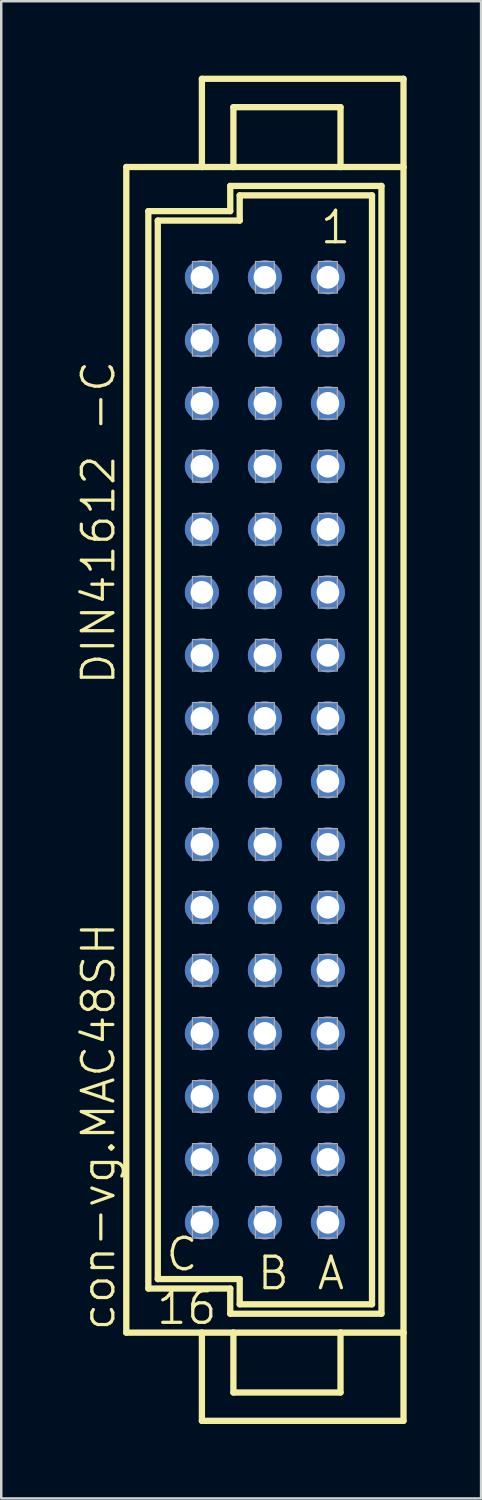
<source format=kicad_pcb>
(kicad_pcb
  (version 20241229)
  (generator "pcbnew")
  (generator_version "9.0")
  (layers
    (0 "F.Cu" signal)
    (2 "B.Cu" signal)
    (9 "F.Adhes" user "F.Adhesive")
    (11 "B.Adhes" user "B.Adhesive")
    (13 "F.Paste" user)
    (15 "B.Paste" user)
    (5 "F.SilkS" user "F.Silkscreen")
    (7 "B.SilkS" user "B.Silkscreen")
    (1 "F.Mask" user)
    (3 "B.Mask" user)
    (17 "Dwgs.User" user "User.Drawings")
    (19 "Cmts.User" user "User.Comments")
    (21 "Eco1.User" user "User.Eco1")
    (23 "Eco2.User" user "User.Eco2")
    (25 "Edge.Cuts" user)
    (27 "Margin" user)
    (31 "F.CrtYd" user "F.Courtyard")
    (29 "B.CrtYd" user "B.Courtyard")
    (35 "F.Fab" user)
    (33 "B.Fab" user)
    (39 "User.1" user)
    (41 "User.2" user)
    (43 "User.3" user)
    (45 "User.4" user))
  (footprint "con-vg.MAC48SH"
    (layer "F.Cu")
    (at 7.629 27.178)
    (property "Reference" "con-vg.MAC48SH" (at -5.969 23.495 90) (layer "F.SilkS") (effects (font (size 1.27 1.27) (thickness 0.13)) (justify left bottom)))
    (attr through_hole)
    (fp_line (start -5.588 -23.495) (end -2.54 -23.495) (stroke (width 0.254) (type default)) (layer "F.SilkS"))
    (fp_line (start -5.588 23.495) (end -5.588 -23.495) (stroke (width 0.254) (type default)) (layer "F.SilkS"))
    (fp_line (start -5.588 23.495) (end -2.54 23.495) (stroke (width 0.254) (type default)) (layer "F.SilkS"))
    (fp_line (start -4.699 -21.717) (end -4.699 21.717) (stroke (width 0.254) (type default)) (layer "F.SilkS"))
    (fp_line (start -4.699 21.717) (end -1.397 21.717) (stroke (width 0.254) (type default)) (layer "F.SilkS"))
    (fp_line (start -4.318 -21.336) (end -4.318 21.336) (stroke (width 0.254) (type default)) (layer "F.SilkS"))
    (fp_line (start -4.318 -21.336) (end -1.016 -21.336) (stroke (width 0.254) (type default)) (layer "F.SilkS"))
    (fp_line (start -4.318 21.336) (end -1.016 21.336) (stroke (width 0.254) (type default)) (layer "F.SilkS"))
    (fp_line (start -2.54 -27.051) (end -2.54 -23.495) (stroke (width 0.254) (type default)) (layer "F.SilkS"))
    (fp_line (start -2.54 -23.495) (end -1.27 -23.495) (stroke (width 0.254) (type default)) (layer "F.SilkS"))
    (fp_line (start -2.54 23.495) (end -2.54 27.051) (stroke (width 0.254) (type default)) (layer "F.SilkS"))
    (fp_line (start -2.54 23.495) (end -1.27 23.495) (stroke (width 0.254) (type default)) (layer "F.SilkS"))
    (fp_line (start -2.54 27.051) (end 5.588 27.051) (stroke (width 0.254) (type default)) (layer "F.SilkS"))
    (fp_line (start -1.397 -22.733) (end -1.397 -21.717) (stroke (width 0.254) (type default)) (layer "F.SilkS"))
    (fp_line (start -1.397 -21.717) (end -4.699 -21.717) (stroke (width 0.254) (type default)) (layer "F.SilkS"))
    (fp_line (start -1.397 21.717) (end -1.397 22.733) (stroke (width 0.254) (type default)) (layer "F.SilkS"))
    (fp_line (start -1.397 22.733) (end 4.699 22.733) (stroke (width 0.254) (type default)) (layer "F.SilkS"))
    (fp_line (start -1.27 -25.908) (end -1.27 -23.495) (stroke (width 0.254) (type default)) (layer "F.SilkS"))
    (fp_line (start -1.27 -25.908) (end 3.048 -25.908) (stroke (width 0.254) (type default)) (layer "F.SilkS"))
    (fp_line (start -1.27 -23.495) (end 3.048 -23.495) (stroke (width 0.254) (type default)) (layer "F.SilkS"))
    (fp_line (start -1.27 23.495) (end -1.27 25.908) (stroke (width 0.254) (type default)) (layer "F.SilkS"))
    (fp_line (start -1.27 23.495) (end 3.048 23.495) (stroke (width 0.254) (type default)) (layer "F.SilkS"))
    (fp_line (start -1.27 25.908) (end 3.048 25.908) (stroke (width 0.254) (type default)) (layer "F.SilkS"))
    (fp_line (start -1.016 -22.352) (end 4.318 -22.352) (stroke (width 0.254) (type default)) (layer "F.SilkS"))
    (fp_line (start -1.016 -21.336) (end -1.016 -22.352) (stroke (width 0.254) (type default)) (layer "F.SilkS"))
    (fp_line (start -1.016 21.336) (end -1.016 22.352) (stroke (width 0.254) (type default)) (layer "F.SilkS"))
    (fp_line (start -1.016 22.352) (end 4.318 22.352) (stroke (width 0.254) (type default)) (layer "F.SilkS"))
    (fp_line (start 3.048 -25.908) (end 3.048 -23.495) (stroke (width 0.254) (type default)) (layer "F.SilkS"))
    (fp_line (start 3.048 -23.495) (end 5.588 -23.495) (stroke (width 0.254) (type default)) (layer "F.SilkS"))
    (fp_line (start 3.048 23.495) (end 3.048 25.908) (stroke (width 0.254) (type default)) (layer "F.SilkS"))
    (fp_line (start 3.048 23.495) (end 5.588 23.495) (stroke (width 0.254) (type default)) (layer "F.SilkS"))
    (fp_line (start 4.318 -22.352) (end 4.318 22.352) (stroke (width 0.254) (type default)) (layer "F.SilkS"))
    (fp_line (start 4.699 -22.733) (end -1.397 -22.733) (stroke (width 0.254) (type default)) (layer "F.SilkS"))
    (fp_line (start 4.699 22.733) (end 4.699 -22.733) (stroke (width 0.254) (type default)) (layer "F.SilkS"))
    (fp_line (start 5.588 -27.051) (end -2.54 -27.051) (stroke (width 0.254) (type default)) (layer "F.SilkS"))
    (fp_line (start 5.588 -23.495) (end 5.588 -27.051) (stroke (width 0.254) (type default)) (layer "F.SilkS"))
    (fp_line (start 5.588 23.495) (end 5.588 -23.495) (stroke (width 0.254) (type default)) (layer "F.SilkS"))
    (fp_line (start 5.588 27.051) (end 5.588 23.495) (stroke (width 0.254) (type default)) (layer "F.SilkS"))
    (fp_rect (start -2.921 -18.415) (end -2.159 -19.685) (stroke (width 0.05) (type default)) (fill no) (layer "F.Fab"))
    (fp_rect (start -2.921 -15.875) (end -2.159 -17.145) (stroke (width 0.05) (type default)) (fill no) (layer "F.Fab"))
    (fp_rect (start -2.921 -13.335) (end -2.159 -14.605) (stroke (width 0.05) (type default)) (fill no) (layer "F.Fab"))
    (fp_rect (start -2.921 -10.795) (end -2.159 -12.065) (stroke (width 0.05) (type default)) (fill no) (layer "F.Fab"))
    (fp_rect (start -2.921 -8.255) (end -2.159 -9.525) (stroke (width 0.05) (type default)) (fill no) (layer "F.Fab"))
    (fp_rect (start -2.921 -5.715) (end -2.159 -6.985) (stroke (width 0.05) (type default)) (fill no) (layer "F.Fab"))
    (fp_rect (start -2.921 -3.175) (end -2.159 -4.445) (stroke (width 0.05) (type default)) (fill no) (layer "F.Fab"))
    (fp_rect (start -2.921 -0.635) (end -2.159 -1.905) (stroke (width 0.05) (type default)) (fill no) (layer "F.Fab"))
    (fp_rect (start -2.921 1.905) (end -2.159 0.635) (stroke (width 0.05) (type default)) (fill no) (layer "F.Fab"))
    (fp_rect (start -2.921 4.445) (end -2.159 3.175) (stroke (width 0.05) (type default)) (fill no) (layer "F.Fab"))
    (fp_rect (start -2.921 6.985) (end -2.159 5.715) (stroke (width 0.05) (type default)) (fill no) (layer "F.Fab"))
    (fp_rect (start -2.921 9.525) (end -2.159 8.255) (stroke (width 0.05) (type default)) (fill no) (layer "F.Fab"))
    (fp_rect (start -2.921 12.065) (end -2.159 10.795) (stroke (width 0.05) (type default)) (fill no) (layer "F.Fab"))
    (fp_rect (start -2.921 14.605) (end -2.159 13.335) (stroke (width 0.05) (type default)) (fill no) (layer "F.Fab"))
    (fp_rect (start -2.921 17.145) (end -2.159 15.875) (stroke (width 0.05) (type default)) (fill no) (layer "F.Fab"))
    (fp_rect (start -2.921 19.685) (end -2.159 18.415) (stroke (width 0.05) (type default)) (fill no) (layer "F.Fab"))
    (fp_rect (start -0.381 -18.415) (end 0.381 -19.685) (stroke (width 0.05) (type default)) (fill no) (layer "F.Fab"))
    (fp_rect (start -0.381 -15.875) (end 0.381 -17.145) (stroke (width 0.05) (type default)) (fill no) (layer "F.Fab"))
    (fp_rect (start -0.381 -13.335) (end 0.381 -14.605) (stroke (width 0.05) (type default)) (fill no) (layer "F.Fab"))
    (fp_rect (start -0.381 -10.795) (end 0.381 -12.065) (stroke (width 0.05) (type default)) (fill no) (layer "F.Fab"))
    (fp_rect (start -0.381 -8.255) (end 0.381 -9.525) (stroke (width 0.05) (type default)) (fill no) (layer "F.Fab"))
    (fp_rect (start -0.381 -5.715) (end 0.381 -6.985) (stroke (width 0.05) (type default)) (fill no) (layer "F.Fab"))
    (fp_rect (start -0.381 -3.175) (end 0.381 -4.445) (stroke (width 0.05) (type default)) (fill no) (layer "F.Fab"))
    (fp_rect (start -0.381 -0.635) (end 0.381 -1.905) (stroke (width 0.05) (type default)) (fill no) (layer "F.Fab"))
    (fp_rect (start -0.381 1.905) (end 0.381 0.635) (stroke (width 0.05) (type default)) (fill no) (layer "F.Fab"))
    (fp_rect (start -0.381 4.445) (end 0.381 3.175) (stroke (width 0.05) (type default)) (fill no) (layer "F.Fab"))
    (fp_rect (start -0.381 6.985) (end 0.381 5.715) (stroke (width 0.05) (type default)) (fill no) (layer "F.Fab"))
    (fp_rect (start -0.381 9.525) (end 0.381 8.255) (stroke (width 0.05) (type default)) (fill no) (layer "F.Fab"))
    (fp_rect (start -0.381 12.065) (end 0.381 10.795) (stroke (width 0.05) (type default)) (fill no) (layer "F.Fab"))
    (fp_rect (start -0.381 14.605) (end 0.381 13.335) (stroke (width 0.05) (type default)) (fill no) (layer "F.Fab"))
    (fp_rect (start -0.381 17.145) (end 0.381 15.875) (stroke (width 0.05) (type default)) (fill no) (layer "F.Fab"))
    (fp_rect (start -0.381 19.685) (end 0.381 18.415) (stroke (width 0.05) (type default)) (fill no) (layer "F.Fab"))
    (fp_rect (start 2.159 -18.415) (end 2.921 -19.685) (stroke (width 0.05) (type default)) (fill no) (layer "F.Fab"))
    (fp_rect (start 2.159 -15.875) (end 2.921 -17.145) (stroke (width 0.05) (type default)) (fill no) (layer "F.Fab"))
    (fp_rect (start 2.159 -13.335) (end 2.921 -14.605) (stroke (width 0.05) (type default)) (fill no) (layer "F.Fab"))
    (fp_rect (start 2.159 -10.795) (end 2.921 -12.065) (stroke (width 0.05) (type default)) (fill no) (layer "F.Fab"))
    (fp_rect (start 2.159 -8.255) (end 2.921 -9.525) (stroke (width 0.05) (type default)) (fill no) (layer "F.Fab"))
    (fp_rect (start 2.159 -5.715) (end 2.921 -6.985) (stroke (width 0.05) (type default)) (fill no) (layer "F.Fab"))
    (fp_rect (start 2.159 -3.175) (end 2.921 -4.445) (stroke (width 0.05) (type default)) (fill no) (layer "F.Fab"))
    (fp_rect (start 2.159 -0.635) (end 2.921 -1.905) (stroke (width 0.05) (type default)) (fill no) (layer "F.Fab"))
    (fp_rect (start 2.159 1.905) (end 2.921 0.635) (stroke (width 0.05) (type default)) (fill no) (layer "F.Fab"))
    (fp_rect (start 2.159 4.445) (end 2.921 3.175) (stroke (width 0.05) (type default)) (fill no) (layer "F.Fab"))
    (fp_rect (start 2.159 6.985) (end 2.921 5.715) (stroke (width 0.05) (type default)) (fill no) (layer "F.Fab"))
    (fp_rect (start 2.159 9.525) (end 2.921 8.255) (stroke (width 0.05) (type default)) (fill no) (layer "F.Fab"))
    (fp_rect (start 2.159 12.065) (end 2.921 10.795) (stroke (width 0.05) (type default)) (fill no) (layer "F.Fab"))
    (fp_rect (start 2.159 14.605) (end 2.921 13.335) (stroke (width 0.05) (type default)) (fill no) (layer "F.Fab"))
    (fp_rect (start 2.159 17.145) (end 2.921 15.875) (stroke (width 0.05) (type default)) (fill no) (layer "F.Fab"))
    (fp_rect (start 2.159 19.685) (end 2.921 18.415) (stroke (width 0.05) (type default)) (fill no) (layer "F.Fab"))
    (fp_text user "B" (at -0.381 21.844 0) (layer "F.SilkS") (effects (font (size 1.27 1.27) (thickness 0.13)) (justify left bottom)))
    (fp_text user "A" (at 2.032 21.844 0) (layer "F.SilkS") (effects (font (size 1.27 1.27) (thickness 0.13)) (justify left bottom)))
    (fp_text user "C" (at -4.064 21.082 0) (layer "F.SilkS") (effects (font (size 1.27 1.27) (thickness 0.13)) (justify left bottom)))
    (fp_text user "16" (at -4.445 23.241 0) (layer "F.SilkS") (effects (font (size 1.27 1.27) (thickness 0.13)) (justify left bottom)))
    (fp_text user "DIN41612 -C" (at -5.969 -2.54 90) (layer "F.SilkS") (effects (font (size 1.27 1.27) (thickness 0.13)) (justify left bottom)))
    (fp_text user "1" (at 2.159 -20.32 0) (layer "F.SilkS") (effects (font (size 1.27 1.27) (thickness 0.13)) (justify left bottom)))
    (pad "A1" thru_hole circle (at 2.54 -19.05) (size 1.372 1.372) (drill 0.914) (layers "*.Cu" "*.Mask"))
    (pad "A2" thru_hole circle (at 2.54 -16.51) (size 1.372 1.372) (drill 0.914) (layers "*.Cu" "*.Mask"))
    (pad "A3" thru_hole circle (at 2.54 -13.97) (size 1.372 1.372) (drill 0.914) (layers "*.Cu" "*.Mask"))
    (pad "A4" thru_hole circle (at 2.54 -11.43) (size 1.372 1.372) (drill 0.914) (layers "*.Cu" "*.Mask"))
    (pad "A5" thru_hole circle (at 2.54 -8.89) (size 1.372 1.372) (drill 0.914) (layers "*.Cu" "*.Mask"))
    (pad "A6" thru_hole circle (at 2.54 -6.35) (size 1.372 1.372) (drill 0.914) (layers "*.Cu" "*.Mask"))
    (pad "A7" thru_hole circle (at 2.54 -3.81) (size 1.372 1.372) (drill 0.914) (layers "*.Cu" "*.Mask"))
    (pad "A8" thru_hole circle (at 2.54 -1.27) (size 1.372 1.372) (drill 0.914) (layers "*.Cu" "*.Mask"))
    (pad "A9" thru_hole circle (at 2.54 1.27) (size 1.372 1.372) (drill 0.914) (layers "*.Cu" "*.Mask"))
    (pad "A10" thru_hole circle (at 2.54 3.81) (size 1.372 1.372) (drill 0.914) (layers "*.Cu" "*.Mask"))
    (pad "A11" thru_hole circle (at 2.54 6.35) (size 1.372 1.372) (drill 0.914) (layers "*.Cu" "*.Mask"))
    (pad "A12" thru_hole circle (at 2.54 8.89) (size 1.372 1.372) (drill 0.914) (layers "*.Cu" "*.Mask"))
    (pad "A13" thru_hole circle (at 2.54 11.43) (size 1.372 1.372) (drill 0.914) (layers "*.Cu" "*.Mask"))
    (pad "A14" thru_hole circle (at 2.54 13.97) (size 1.372 1.372) (drill 0.914) (layers "*.Cu" "*.Mask"))
    (pad "A15" thru_hole circle (at 2.54 16.51) (size 1.372 1.372) (drill 0.914) (layers "*.Cu" "*.Mask"))
    (pad "A16" thru_hole circle (at 2.54 19.05) (size 1.372 1.372) (drill 0.914) (layers "*.Cu" "*.Mask"))
    (pad "B1" thru_hole circle (at 0 -19.05) (size 1.372 1.372) (drill 0.914) (layers "*.Cu" "*.Mask"))
    (pad "B2" thru_hole circle (at 0 -16.51) (size 1.372 1.372) (drill 0.914) (layers "*.Cu" "*.Mask"))
    (pad "B3" thru_hole circle (at 0 -13.97) (size 1.372 1.372) (drill 0.914) (layers "*.Cu" "*.Mask"))
    (pad "B4" thru_hole circle (at 0 -11.43) (size 1.372 1.372) (drill 0.914) (layers "*.Cu" "*.Mask"))
    (pad "B5" thru_hole circle (at 0 -8.89) (size 1.372 1.372) (drill 0.914) (layers "*.Cu" "*.Mask"))
    (pad "B6" thru_hole circle (at 0 -6.35) (size 1.372 1.372) (drill 0.914) (layers "*.Cu" "*.Mask"))
    (pad "B7" thru_hole circle (at 0 -3.81) (size 1.372 1.372) (drill 0.914) (layers "*.Cu" "*.Mask"))
    (pad "B8" thru_hole circle (at 0 -1.27) (size 1.372 1.372) (drill 0.914) (layers "*.Cu" "*.Mask"))
    (pad "B9" thru_hole circle (at 0 1.27) (size 1.372 1.372) (drill 0.914) (layers "*.Cu" "*.Mask"))
    (pad "B10" thru_hole circle (at 0 3.81) (size 1.372 1.372) (drill 0.914) (layers "*.Cu" "*.Mask"))
    (pad "B11" thru_hole circle (at 0 6.35) (size 1.372 1.372) (drill 0.914) (layers "*.Cu" "*.Mask"))
    (pad "B12" thru_hole circle (at 0 8.89) (size 1.372 1.372) (drill 0.914) (layers "*.Cu" "*.Mask"))
    (pad "B13" thru_hole circle (at 0 11.43) (size 1.372 1.372) (drill 0.914) (layers "*.Cu" "*.Mask"))
    (pad "B14" thru_hole circle (at 0 13.97) (size 1.372 1.372) (drill 0.914) (layers "*.Cu" "*.Mask"))
    (pad "B15" thru_hole circle (at 0 16.51) (size 1.372 1.372) (drill 0.914) (layers "*.Cu" "*.Mask"))
    (pad "B16" thru_hole circle (at 0 19.05) (size 1.372 1.372) (drill 0.914) (layers "*.Cu" "*.Mask"))
    (pad "C1" thru_hole circle (at -2.54 -19.05) (size 1.372 1.372) (drill 0.914) (layers "*.Cu" "*.Mask"))
    (pad "C2" thru_hole circle (at -2.54 -16.51) (size 1.372 1.372) (drill 0.914) (layers "*.Cu" "*.Mask"))
    (pad "C3" thru_hole circle (at -2.54 -13.97) (size 1.372 1.372) (drill 0.914) (layers "*.Cu" "*.Mask"))
    (pad "C4" thru_hole circle (at -2.54 -11.43) (size 1.372 1.372) (drill 0.914) (layers "*.Cu" "*.Mask"))
    (pad "C5" thru_hole circle (at -2.54 -8.89) (size 1.372 1.372) (drill 0.914) (layers "*.Cu" "*.Mask"))
    (pad "C6" thru_hole circle (at -2.54 -6.35) (size 1.372 1.372) (drill 0.914) (layers "*.Cu" "*.Mask"))
    (pad "C7" thru_hole circle (at -2.54 -3.81) (size 1.372 1.372) (drill 0.914) (layers "*.Cu" "*.Mask"))
    (pad "C8" thru_hole circle (at -2.54 -1.27) (size 1.372 1.372) (drill 0.914) (layers "*.Cu" "*.Mask"))
    (pad "C9" thru_hole circle (at -2.54 1.27) (size 1.372 1.372) (drill 0.914) (layers "*.Cu" "*.Mask"))
    (pad "C10" thru_hole circle (at -2.54 3.81) (size 1.372 1.372) (drill 0.914) (layers "*.Cu" "*.Mask"))
    (pad "C11" thru_hole circle (at -2.54 6.35) (size 1.372 1.372) (drill 0.914) (layers "*.Cu" "*.Mask"))
    (pad "C12" thru_hole circle (at -2.54 8.89) (size 1.372 1.372) (drill 0.914) (layers "*.Cu" "*.Mask"))
    (pad "C13" thru_hole circle (at -2.54 11.43) (size 1.372 1.372) (drill 0.914) (layers "*.Cu" "*.Mask"))
    (pad "C14" thru_hole circle (at -2.54 13.97) (size 1.372 1.372) (drill 0.914) (layers "*.Cu" "*.Mask"))
    (pad "C15" thru_hole circle (at -2.54 16.51) (size 1.372 1.372) (drill 0.914) (layers "*.Cu" "*.Mask"))
    (pad "C16" thru_hole circle (at -2.54 19.05) (size 1.372 1.372) (drill 0.914) (layers "*.Cu" "*.Mask")))
  (gr_rect
    (start -3 -3)
    (end 16.344 57.356)
    (stroke (width 0.1) (type default))
    (fill no)
    (layer "Edge.Cuts")))
</source>
